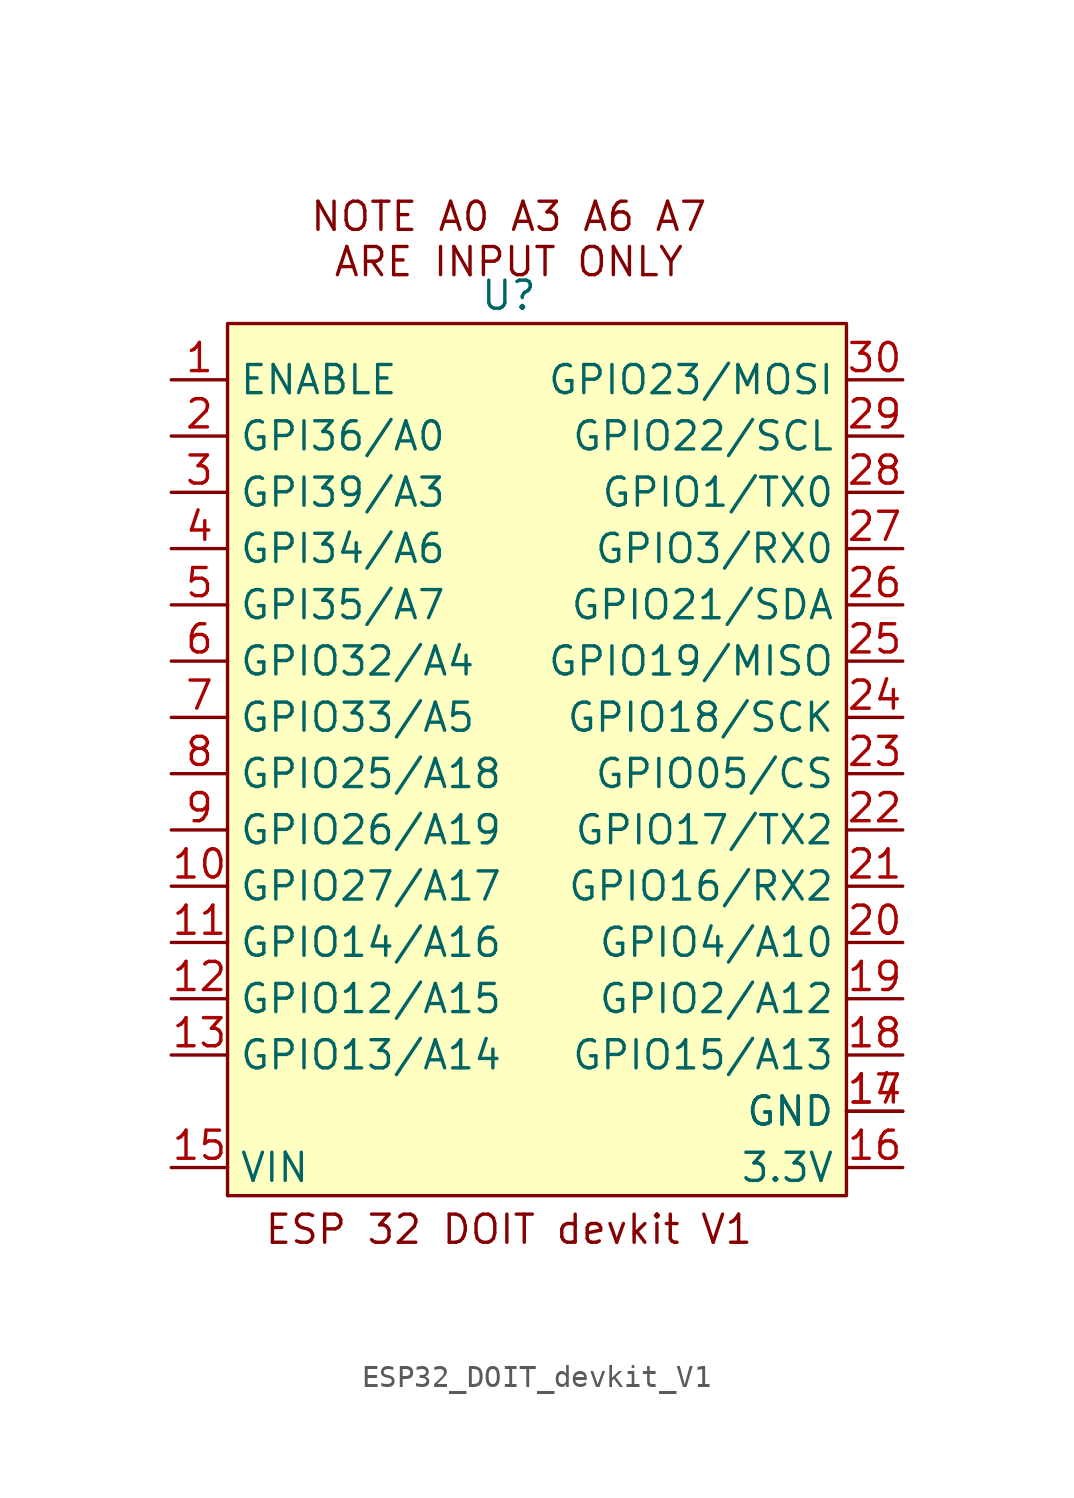
<source format=kicad_sym>
(kicad_symbol_lib
  (version 20241209)
  (generator "kicad_symbol_editor")
  (generator_version "9.0")
  (symbol "ESP32_DOIT_devkit_V1"
    (property "Reference" "U"
      (at 0 0 0)
      (effects (font (size 1.27 1.27))))
    (property "Value" ""
      (at 0 0 0)
      (effects (font (size 1.27 1.27))))
    (symbol "ESP32_DOIT_devkit_V1_1_1"
      (rectangle (start -12.7 -1.27) (end 15.24 -40.64) (stroke (width 0) (type solid)) (fill (type background)))
      (text "NOTE A0 A3 A6 A7\nARE INPUT ONLY" (at 0 2.54 0) (effects (font (size 1.27 1.27))))
      (text "ESP 32 DOIT devkit V1\n" (at 0 -42.164 0) (effects (font (size 1.27 1.27))))
      (pin input line (at -15.24 -3.81 0) (length 2.54) (name "ENABLE" (effects (font (size 1.27 1.27)))) (number "1" (effects (font (size 1.27 1.27)))))
      (pin input line (at -15.24 -6.35 0) (length 2.54) (name "GPI36/A0" (effects (font (size 1.27 1.27)))) (number "2" (effects (font (size 1.27 1.27)))))
      (pin input line (at -15.24 -8.89 0) (length 2.54) (name "GPI39/A3" (effects (font (size 1.27 1.27)))) (number "3" (effects (font (size 1.27 1.27)))))
      (pin input line (at -15.24 -11.43 0) (length 2.54) (name "GPI34/A6" (effects (font (size 1.27 1.27)))) (number "4" (effects (font (size 1.27 1.27)))))
      (pin input line (at -15.24 -13.97 0) (length 2.54) (name "GPI35/A7" (effects (font (size 1.27 1.27)))) (number "5" (effects (font (size 1.27 1.27)))))
      (pin input line (at -15.24 -16.51 0) (length 2.54) (name "GPIO32/A4" (effects (font (size 1.27 1.27)))) (number "6" (effects (font (size 1.27 1.27)))))
      (pin input line (at -15.24 -19.05 0) (length 2.54) (name "GPIO33/A5" (effects (font (size 1.27 1.27)))) (number "7" (effects (font (size 1.27 1.27)))))
      (pin input line (at -15.24 -21.59 0) (length 2.54) (name "GPIO25/A18" (effects (font (size 1.27 1.27)))) (number "8" (effects (font (size 1.27 1.27)))))
      (pin input line (at -15.24 -24.13 0) (length 2.54) (name "GPIO26/A19" (effects (font (size 1.27 1.27)))) (number "9" (effects (font (size 1.27 1.27)))))
      (pin input line (at -15.24 -26.67 0) (length 2.54) (name "GPIO27/A17" (effects (font (size 1.27 1.27)))) (number "10" (effects (font (size 1.27 1.27)))))
      (pin input line (at -15.24 -29.21 0) (length 2.54) (name "GPIO14/A16" (effects (font (size 1.27 1.27)))) (number "11" (effects (font (size 1.27 1.27)))))
      (pin input line (at -15.24 -31.75 0) (length 2.54) (name "GPIO12/A15" (effects (font (size 1.27 1.27)))) (number "12" (effects (font (size 1.27 1.27)))))
      (pin input line (at -15.24 -34.29 0) (length 2.54) (name "GPIO13/A14" (effects (font (size 1.27 1.27)))) (number "13" (effects (font (size 1.27 1.27)))))
      (pin input line (at -15.24 -39.37 0) (length 2.54) (name "VIN" (effects (font (size 1.27 1.27)))) (number "15" (effects (font (size 1.27 1.27)))))
      (pin input line (at 17.78 -3.81 180) (length 2.54) (name "GPIO23/MOSI" (effects (font (size 1.27 1.27)))) (number "30" (effects (font (size 1.27 1.27)))))
      (pin input line (at 17.78 -6.35 180) (length 2.54) (name "GPIO22/SCL" (effects (font (size 1.27 1.27)))) (number "29" (effects (font (size 1.27 1.27)))))
      (pin input line (at 17.78 -8.89 180) (length 2.54) (name "GPIO1/TX0" (effects (font (size 1.27 1.27)))) (number "28" (effects (font (size 1.27 1.27)))))
      (pin input line (at 17.78 -11.43 180) (length 2.54) (name "GPIO3/RX0" (effects (font (size 1.27 1.27)))) (number "27" (effects (font (size 1.27 1.27)))))
      (pin input line (at 17.78 -13.97 180) (length 2.54) (name "GPIO21/SDA" (effects (font (size 1.27 1.27)))) (number "26" (effects (font (size 1.27 1.27)))))
      (pin input line (at 17.78 -16.51 180) (length 2.54) (name "GPIO19/MISO" (effects (font (size 1.27 1.27)))) (number "25" (effects (font (size 1.27 1.27)))))
      (pin input line (at 17.78 -19.05 180) (length 2.54) (name "GPIO18/SCK" (effects (font (size 1.27 1.27)))) (number "24" (effects (font (size 1.27 1.27)))))
      (pin input line (at 17.78 -21.59 180) (length 2.54) (name "GPIO05/CS" (effects (font (size 1.27 1.27)))) (number "23" (effects (font (size 1.27 1.27)))))
      (pin input line (at 17.78 -24.13 180) (length 2.54) (name "GPIO17/TX2" (effects (font (size 1.27 1.27)))) (number "22" (effects (font (size 1.27 1.27)))))
      (pin input line (at 17.78 -26.67 180) (length 2.54) (name "GPIO16/RX2" (effects (font (size 1.27 1.27)))) (number "21" (effects (font (size 1.27 1.27)))))
      (pin input line (at 17.78 -29.21 180) (length 2.54) (name "GPIO4/A10" (effects (font (size 1.27 1.27)))) (number "20" (effects (font (size 1.27 1.27)))))
      (pin input line (at 17.78 -31.75 180) (length 2.54) (name "GPIO2/A12" (effects (font (size 1.27 1.27)))) (number "19" (effects (font (size 1.27 1.27)))))
      (pin input line (at 17.78 -34.29 180) (length 2.54) (name "GPIO15/A13" (effects (font (size 1.27 1.27)))) (number "18" (effects (font (size 1.27 1.27)))))
      (pin input line (at 17.78 -36.83 180) (length 2.54) (name "GND" (effects (font (size 1.27 1.27)))) (number "14" (effects (font (size 1.27 1.27)))))
      (pin input line (at 17.78 -36.83 180) (length 2.54) (name "GND" (effects (font (size 1.27 1.27)))) (number "17" (effects (font (size 1.27 1.27)))))
      (pin input line (at 17.78 -39.37 180) (length 2.54) (name "3.3V" (effects (font (size 1.27 1.27)))) (number "16" (effects (font (size 1.27 1.27))))))))
</source>
